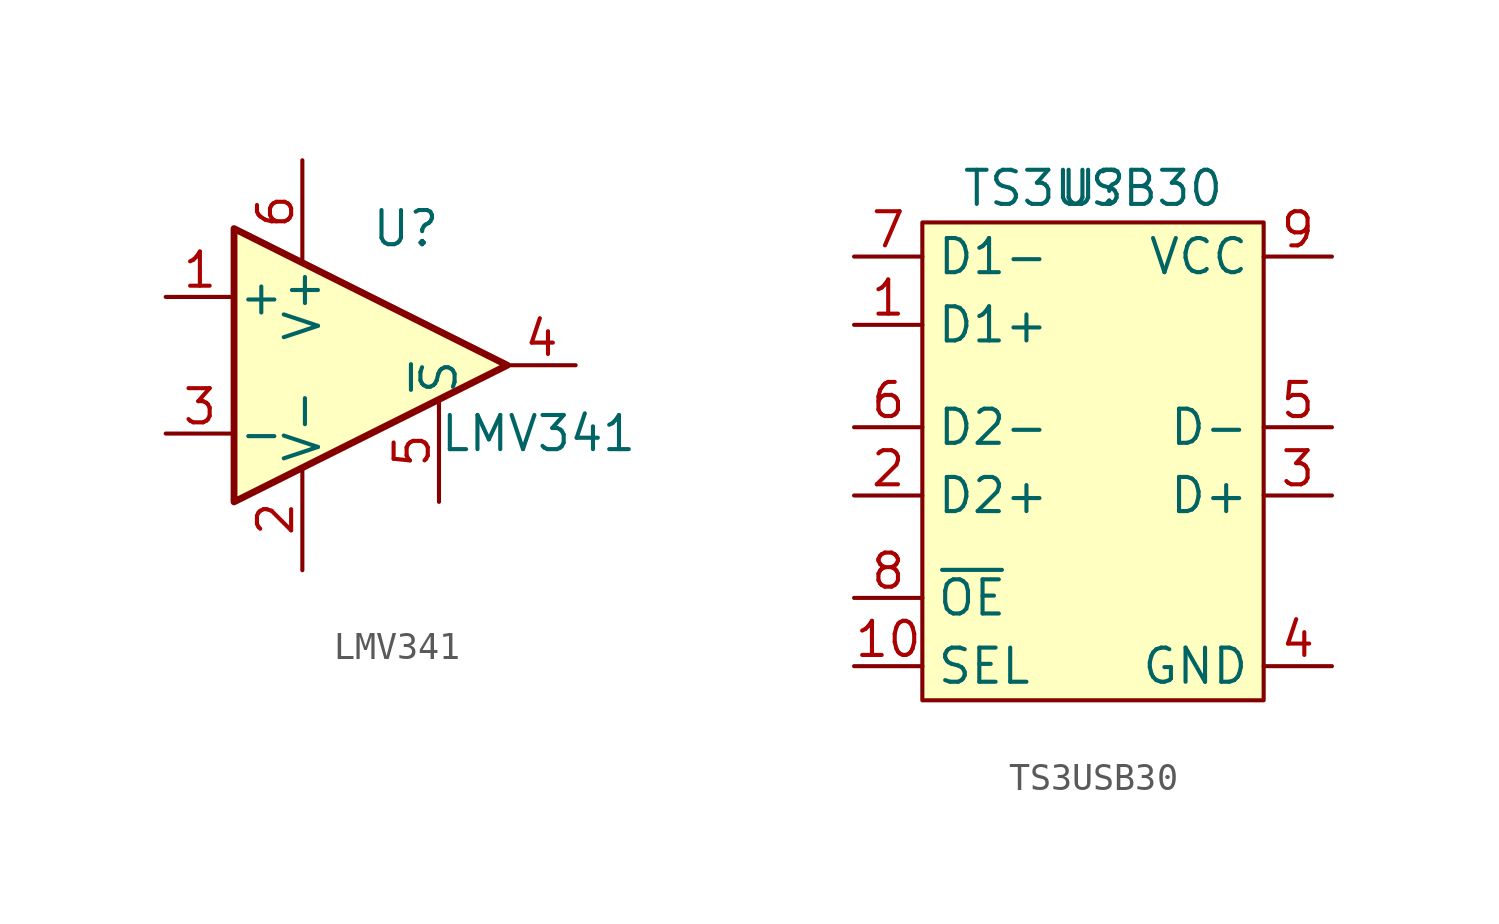
<source format=kicad_sym>
(kicad_symbol_lib
  (version 20211014)
  (generator kicad_symbol_editor)
  (symbol "LMV341"
    (pin_names
      (offset 0.127))
    (property "Reference" "U"
      (at 0 5.08 0)
      (effects (font (size 1.27 1.27)) (justify left)))
    (property "Value" "LMV341"
      (at 2.54 -2.54 0)
      (effects (font (size 1.27 1.27)) (justify left)))
    (symbol "LMV341_0_1"
      (polyline (pts (xy -5.08 5.08) (xy 5.08 0) (xy -5.08 -5.08) (xy -5.08 5.08)) (stroke (width 0.254) (type default) (color 0 0 0 0)) (fill (type background)))
      (pin power_in line (at -2.54 -7.62 90) (length 3.81) (name "V-" (effects (font (size 1.27 1.27)))) (number "2" (effects (font (size 1.27 1.27)))))
      (pin input line (at 2.54 -5.08 90) (length 3.81) (name "~{S}" (effects (font (size 1.27 1.27)))) (number "5" (effects (font (size 1.27 1.27)))))
      (pin power_in line (at -2.54 7.62 270) (length 3.81) (name "V+" (effects (font (size 1.27 1.27)))) (number "6" (effects (font (size 1.27 1.27))))))
    (symbol "LMV341_1_1"
      (pin input line (at -7.62 2.54 0) (length 2.54) (name "+" (effects (font (size 1.27 1.27)))) (number "1" (effects (font (size 1.27 1.27)))))
      (pin input line (at -7.62 -2.54 0) (length 2.54) (name "-" (effects (font (size 1.27 1.27)))) (number "3" (effects (font (size 1.27 1.27)))))
      (pin output line (at 7.62 0 180) (length 2.54) (name "~" (effects (font (size 1.27 1.27)))) (number "4" (effects (font (size 1.27 1.27)))))))
  (symbol "TS3USB30"
    (property "Reference" "U"
      (at 0 0 0)
      (effects (font (size 1.27 1.27))))
    (property "Value" "TS3USB30"
      (at 0 0 0)
      (effects (font (size 1.27 1.27))))
    (symbol "TS3USB30_0_1"
      (rectangle (start -6.35 -1.27) (end 6.35 -19.05) (stroke (width 0) (type default) (color 0 0 0 0)) (fill (type background))))
    (symbol "TS3USB30_1_1"
      (pin bidirectional line (at -8.89 -5.08 0) (length 2.54) (name "D1+" (effects (font (size 1.27 1.27)))) (number "1" (effects (font (size 1.27 1.27)))))
      (pin bidirectional line (at -8.89 -17.78 0) (length 2.54) (name "SEL" (effects (font (size 1.27 1.27)))) (number "10" (effects (font (size 1.27 1.27)))))
      (pin bidirectional line (at -8.89 -11.43 0) (length 2.54) (name "D2+" (effects (font (size 1.27 1.27)))) (number "2" (effects (font (size 1.27 1.27)))))
      (pin bidirectional line (at 8.89 -11.43 180) (length 2.54) (name "D+" (effects (font (size 1.27 1.27)))) (number "3" (effects (font (size 1.27 1.27)))))
      (pin power_in line (at 8.89 -17.78 180) (length 2.54) (name "GND" (effects (font (size 1.27 1.27)))) (number "4" (effects (font (size 1.27 1.27)))))
      (pin bidirectional line (at 8.89 -8.89 180) (length 2.54) (name "D-" (effects (font (size 1.27 1.27)))) (number "5" (effects (font (size 1.27 1.27)))))
      (pin bidirectional line (at -8.89 -8.89 0) (length 2.54) (name "D2-" (effects (font (size 1.27 1.27)))) (number "6" (effects (font (size 1.27 1.27)))))
      (pin bidirectional line (at -8.89 -2.54 0) (length 2.54) (name "D1-" (effects (font (size 1.27 1.27)))) (number "7" (effects (font (size 1.27 1.27)))))
      (pin bidirectional line (at -8.89 -15.24 0) (length 2.54) (name "~{OE}" (effects (font (size 1.27 1.27)))) (number "8" (effects (font (size 1.27 1.27)))))
      (pin power_in line (at 8.89 -2.54 180) (length 2.54) (name "VCC" (effects (font (size 1.27 1.27)))) (number "9" (effects (font (size 1.27 1.27))))))))
</source>
